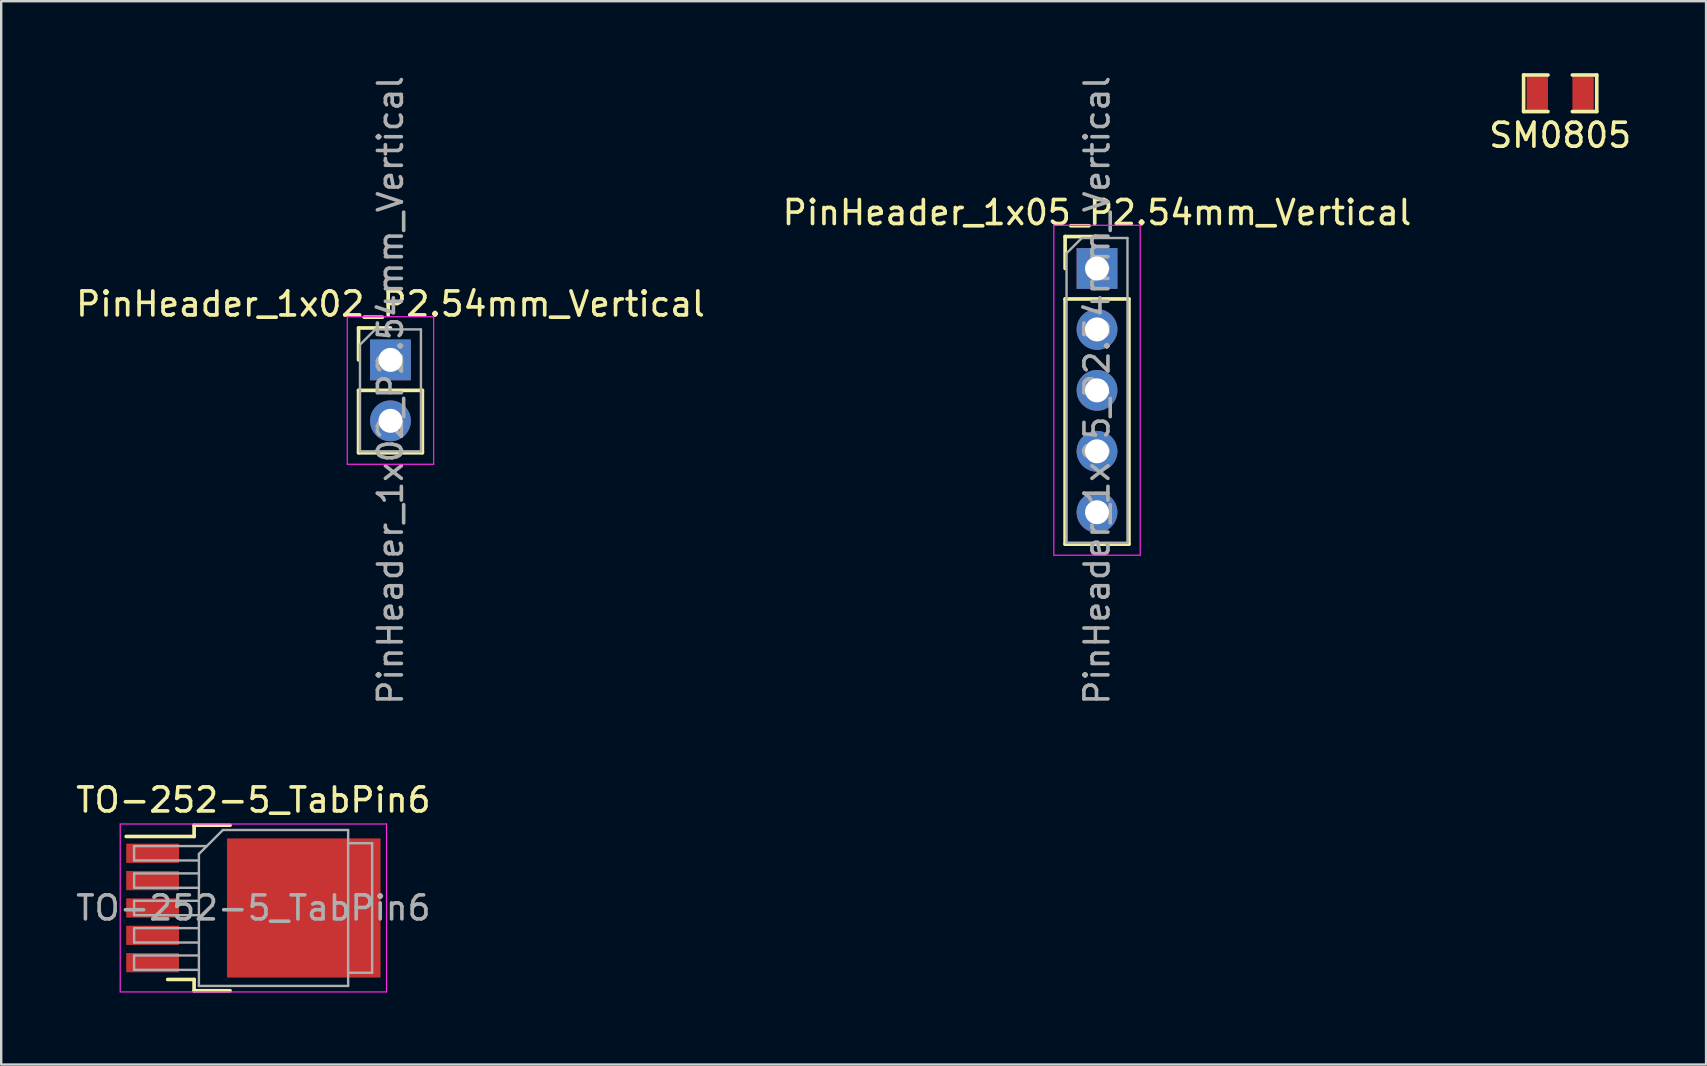
<source format=kicad_pcb>
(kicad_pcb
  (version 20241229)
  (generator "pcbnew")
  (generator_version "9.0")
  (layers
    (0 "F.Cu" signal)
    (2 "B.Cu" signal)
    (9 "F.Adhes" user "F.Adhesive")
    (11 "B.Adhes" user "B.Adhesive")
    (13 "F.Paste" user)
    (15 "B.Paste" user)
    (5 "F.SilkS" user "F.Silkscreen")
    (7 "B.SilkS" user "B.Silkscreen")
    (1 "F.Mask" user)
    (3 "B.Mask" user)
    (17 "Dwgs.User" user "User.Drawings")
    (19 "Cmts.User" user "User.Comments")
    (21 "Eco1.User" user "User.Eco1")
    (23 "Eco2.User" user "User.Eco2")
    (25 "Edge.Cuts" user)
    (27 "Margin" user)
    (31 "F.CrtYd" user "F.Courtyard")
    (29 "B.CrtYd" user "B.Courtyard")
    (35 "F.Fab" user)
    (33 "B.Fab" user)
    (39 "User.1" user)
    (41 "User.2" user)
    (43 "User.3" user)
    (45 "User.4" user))
  (footprint "SM0805"
    (layer "F.Cu")
    (at 61.976 0.838)
    (property "Reference" "SM0805" (at 0 1.75 180) (layer "F.SilkS") (effects (font (size 1 1) (thickness 0.152))))
    (attr smd)
    (fp_line (start -1.524 -0.762) (end -0.508 -0.762) (stroke (width 0.152) (type solid)) (layer "F.SilkS"))
    (fp_line (start -1.524 0.762) (end -1.524 -0.762) (stroke (width 0.152) (type solid)) (layer "F.SilkS"))
    (fp_line (start -0.508 0.762) (end -1.524 0.762) (stroke (width 0.152) (type solid)) (layer "F.SilkS"))
    (fp_line (start 0.508 -0.762) (end 1.524 -0.762) (stroke (width 0.152) (type solid)) (layer "F.SilkS"))
    (fp_line (start 1.524 -0.762) (end 1.524 0.762) (stroke (width 0.152) (type solid)) (layer "F.SilkS"))
    (fp_line (start 1.524 0.762) (end 0.508 0.762) (stroke (width 0.152) (type solid)) (layer "F.SilkS"))
    (pad "1" smd rect (at -0.953 0) (size 0.889 1.397) (layers "F.Cu" "F.Mask" "F.Paste"))
    (pad "2" smd rect (at 0.953 0) (size 0.889 1.397) (layers "F.Cu" "F.Mask" "F.Paste")))
  (footprint "TO-252-5_TabPin6"
    (layer "F.Cu")
    (at 7.51 34.793)
    (property "Reference" "TO-252-5_TabPin6" (at 0 -4.5 0) (layer "F.SilkS") (effects (font (size 1 1) (thickness 0.152))))
    (attr smd)
    (fp_line (start -2.47 -3.45) (end -2.47 -2.98) (stroke (width 0.152) (type solid)) (layer "F.SilkS"))
    (fp_line (start -2.47 -2.98) (end -5.3 -2.98) (stroke (width 0.152) (type solid)) (layer "F.SilkS"))
    (fp_line (start -2.47 2.98) (end -3.57 2.98) (stroke (width 0.152) (type solid)) (layer "F.SilkS"))
    (fp_line (start -2.47 3.45) (end -2.47 2.98) (stroke (width 0.152) (type solid)) (layer "F.SilkS"))
    (fp_line (start -0.97 -3.45) (end -2.47 -3.45) (stroke (width 0.152) (type solid)) (layer "F.SilkS"))
    (fp_line (start -0.97 3.45) (end -2.47 3.45) (stroke (width 0.152) (type solid)) (layer "F.SilkS"))
    (fp_line (start -5.55 -3.5) (end -5.55 3.5) (stroke (width 0.05) (type solid)) (layer "F.CrtYd"))
    (fp_line (start -5.55 3.5) (end 5.55 3.5) (stroke (width 0.05) (type solid)) (layer "F.CrtYd"))
    (fp_line (start 5.55 -3.5) (end -5.55 -3.5) (stroke (width 0.05) (type solid)) (layer "F.CrtYd"))
    (fp_line (start 5.55 3.5) (end 5.55 -3.5) (stroke (width 0.05) (type solid)) (layer "F.CrtYd"))
    (fp_line (start -4.97 -2.58) (end -4.97 -1.98) (stroke (width 0.1) (type solid)) (layer "F.Fab"))
    (fp_line (start -4.97 -1.98) (end -2.27 -1.98) (stroke (width 0.1) (type solid)) (layer "F.Fab"))
    (fp_line (start -4.97 -1.44) (end -4.97 -0.84) (stroke (width 0.1) (type solid)) (layer "F.Fab"))
    (fp_line (start -4.97 -0.84) (end -2.27 -0.84) (stroke (width 0.1) (type solid)) (layer "F.Fab"))
    (fp_line (start -4.97 -0.3) (end -4.97 0.3) (stroke (width 0.1) (type solid)) (layer "F.Fab"))
    (fp_line (start -4.97 0.3) (end -2.27 0.3) (stroke (width 0.1) (type solid)) (layer "F.Fab"))
    (fp_line (start -4.97 0.84) (end -4.97 1.44) (stroke (width 0.1) (type solid)) (layer "F.Fab"))
    (fp_line (start -4.97 1.44) (end -2.27 1.44) (stroke (width 0.1) (type solid)) (layer "F.Fab"))
    (fp_line (start -4.97 1.98) (end -4.97 2.58) (stroke (width 0.1) (type solid)) (layer "F.Fab"))
    (fp_line (start -4.97 2.58) (end -2.27 2.58) (stroke (width 0.1) (type solid)) (layer "F.Fab"))
    (fp_line (start -2.27 -2.25) (end -1.27 -3.25) (stroke (width 0.1) (type solid)) (layer "F.Fab"))
    (fp_line (start -2.27 -1.44) (end -4.97 -1.44) (stroke (width 0.1) (type solid)) (layer "F.Fab"))
    (fp_line (start -2.27 -0.3) (end -4.97 -0.3) (stroke (width 0.1) (type solid)) (layer "F.Fab"))
    (fp_line (start -2.27 0.84) (end -4.97 0.84) (stroke (width 0.1) (type solid)) (layer "F.Fab"))
    (fp_line (start -2.27 1.98) (end -4.97 1.98) (stroke (width 0.1) (type solid)) (layer "F.Fab"))
    (fp_line (start -2.27 3.25) (end -2.27 -2.25) (stroke (width 0.1) (type solid)) (layer "F.Fab"))
    (fp_line (start -1.94 -2.58) (end -4.97 -2.58) (stroke (width 0.1) (type solid)) (layer "F.Fab"))
    (fp_line (start -1.27 -3.25) (end 3.95 -3.25) (stroke (width 0.1) (type solid)) (layer "F.Fab"))
    (fp_line (start 3.95 -3.25) (end 3.95 3.25) (stroke (width 0.1) (type solid)) (layer "F.Fab"))
    (fp_line (start 3.95 -2.7) (end 4.95 -2.7) (stroke (width 0.1) (type solid)) (layer "F.Fab"))
    (fp_line (start 3.95 3.25) (end -2.27 3.25) (stroke (width 0.1) (type solid)) (layer "F.Fab"))
    (fp_line (start 4.95 -2.7) (end 4.95 2.7) (stroke (width 0.1) (type solid)) (layer "F.Fab"))
    (fp_line (start 4.95 2.7) (end 3.95 2.7) (stroke (width 0.1) (type solid)) (layer "F.Fab"))
    (fp_text user "${REFERENCE}" (at 0 0 0) (layer "F.Fab") (effects (font (size 1 1) (thickness 0.15))))
    (pad "" smd rect (at 0.425 -1.525) (size 3.05 2.75) (layers "F.Paste"))
    (pad "" smd rect (at 0.425 1.525) (size 3.05 2.75) (layers "F.Paste"))
    (pad "" smd rect (at 3.775 -1.525) (size 3.05 2.75) (layers "F.Paste"))
    (pad "" smd rect (at 3.775 1.525) (size 3.05 2.75) (layers "F.Paste"))
    (pad "1" smd rect (at -4.2 -2.28) (size 2.2 0.8) (layers "F.Cu" "F.Mask" "F.Paste"))
    (pad "2" smd rect (at -4.2 -1.14) (size 2.2 0.8) (layers "F.Cu" "F.Mask" "F.Paste"))
    (pad "3" smd rect (at -4.2 0) (size 2.2 0.8) (layers "F.Cu" "F.Mask" "F.Paste"))
    (pad "4" smd rect (at -4.2 1.14) (size 2.2 0.8) (layers "F.Cu" "F.Mask" "F.Paste"))
    (pad "5" smd rect (at -4.2 2.28) (size 2.2 0.8) (layers "F.Cu" "F.Mask" "F.Paste"))
    (pad "6" smd rect (at 2.1 0) (size 6.4 5.8) (layers "F.Cu" "F.Mask")))
  (footprint "PinHeader_1x05_P2.54mm_Vertical"
    (layer "F.Cu")
    (at 42.672 8.14)
    (property "Reference" "PinHeader_1x05_P2.54mm_Vertical" (at 0 -2.33 0) (layer "F.SilkS") (effects (font (size 1 1) (thickness 0.152))))
    (attr through_hole)
    (fp_line (start -1.33 -1.33) (end 0 -1.33) (stroke (width 0.152) (type solid)) (layer "F.SilkS"))
    (fp_line (start -1.33 0) (end -1.33 -1.33) (stroke (width 0.152) (type solid)) (layer "F.SilkS"))
    (fp_line (start -1.33 1.27) (end -1.33 11.49) (stroke (width 0.152) (type solid)) (layer "F.SilkS"))
    (fp_line (start -1.33 1.27) (end 1.33 1.27) (stroke (width 0.152) (type solid)) (layer "F.SilkS"))
    (fp_line (start -1.33 11.49) (end 1.33 11.49) (stroke (width 0.152) (type solid)) (layer "F.SilkS"))
    (fp_line (start 1.33 1.27) (end 1.33 11.49) (stroke (width 0.152) (type solid)) (layer "F.SilkS"))
    (fp_line (start -1.8 -1.8) (end -1.8 11.95) (stroke (width 0.05) (type solid)) (layer "F.CrtYd"))
    (fp_line (start -1.8 11.95) (end 1.8 11.95) (stroke (width 0.05) (type solid)) (layer "F.CrtYd"))
    (fp_line (start 1.8 -1.8) (end -1.8 -1.8) (stroke (width 0.05) (type solid)) (layer "F.CrtYd"))
    (fp_line (start 1.8 11.95) (end 1.8 -1.8) (stroke (width 0.05) (type solid)) (layer "F.CrtYd"))
    (fp_line (start -1.27 -0.635) (end -0.635 -1.27) (stroke (width 0.1) (type solid)) (layer "F.Fab"))
    (fp_line (start -1.27 11.43) (end -1.27 -0.635) (stroke (width 0.1) (type solid)) (layer "F.Fab"))
    (fp_line (start -0.635 -1.27) (end 1.27 -1.27) (stroke (width 0.1) (type solid)) (layer "F.Fab"))
    (fp_line (start 1.27 -1.27) (end 1.27 11.43) (stroke (width 0.1) (type solid)) (layer "F.Fab"))
    (fp_line (start 1.27 11.43) (end -1.27 11.43) (stroke (width 0.1) (type solid)) (layer "F.Fab"))
    (fp_text user "${REFERENCE}" (at 0 5.08 90) (layer "F.Fab") (effects (font (size 1 1) (thickness 0.15))))
    (pad "1" thru_hole rect (at 0 0) (size 1.7 1.7) (drill 1) (layers "*.Cu" "*.Mask"))
    (pad "2" thru_hole oval (at 0 2.54) (size 1.7 1.7) (drill 1) (layers "*.Cu" "*.Mask"))
    (pad "3" thru_hole oval (at 0 5.08) (size 1.7 1.7) (drill 1) (layers "*.Cu" "*.Mask"))
    (pad "4" thru_hole oval (at 0 7.62) (size 1.7 1.7) (drill 1) (layers "*.Cu" "*.Mask"))
    (pad "5" thru_hole oval (at 0 10.16) (size 1.7 1.7) (drill 1) (layers "*.Cu" "*.Mask")))
  (footprint "PinHeader_1x02_P2.54mm_Vertical"
    (layer "F.Cu")
    (at 13.224 11.95)
    (property "Reference" "PinHeader_1x02_P2.54mm_Vertical" (at 0 -2.33 0) (layer "F.SilkS") (effects (font (size 1 1) (thickness 0.152))))
    (attr through_hole)
    (fp_line (start -1.33 -1.33) (end 0 -1.33) (stroke (width 0.152) (type solid)) (layer "F.SilkS"))
    (fp_line (start -1.33 0) (end -1.33 -1.33) (stroke (width 0.152) (type solid)) (layer "F.SilkS"))
    (fp_line (start -1.33 1.27) (end -1.33 3.87) (stroke (width 0.152) (type solid)) (layer "F.SilkS"))
    (fp_line (start -1.33 1.27) (end 1.33 1.27) (stroke (width 0.152) (type solid)) (layer "F.SilkS"))
    (fp_line (start -1.33 3.87) (end 1.33 3.87) (stroke (width 0.152) (type solid)) (layer "F.SilkS"))
    (fp_line (start 1.33 1.27) (end 1.33 3.87) (stroke (width 0.152) (type solid)) (layer "F.SilkS"))
    (fp_line (start -1.8 -1.8) (end -1.8 4.35) (stroke (width 0.05) (type solid)) (layer "F.CrtYd"))
    (fp_line (start -1.8 4.35) (end 1.8 4.35) (stroke (width 0.05) (type solid)) (layer "F.CrtYd"))
    (fp_line (start 1.8 -1.8) (end -1.8 -1.8) (stroke (width 0.05) (type solid)) (layer "F.CrtYd"))
    (fp_line (start 1.8 4.35) (end 1.8 -1.8) (stroke (width 0.05) (type solid)) (layer "F.CrtYd"))
    (fp_line (start -1.27 -0.635) (end -0.635 -1.27) (stroke (width 0.1) (type solid)) (layer "F.Fab"))
    (fp_line (start -1.27 3.81) (end -1.27 -0.635) (stroke (width 0.1) (type solid)) (layer "F.Fab"))
    (fp_line (start -0.635 -1.27) (end 1.27 -1.27) (stroke (width 0.1) (type solid)) (layer "F.Fab"))
    (fp_line (start 1.27 -1.27) (end 1.27 3.81) (stroke (width 0.1) (type solid)) (layer "F.Fab"))
    (fp_line (start 1.27 3.81) (end -1.27 3.81) (stroke (width 0.1) (type solid)) (layer "F.Fab"))
    (fp_text user "${REFERENCE}" (at 0 1.27 90) (layer "F.Fab") (effects (font (size 1 1) (thickness 0.15))))
    (pad "1" thru_hole rect (at 0 0) (size 1.7 1.7) (drill 1) (layers "*.Cu" "*.Mask"))
    (pad "2" thru_hole oval (at 0 2.54) (size 1.7 1.7) (drill 1) (layers "*.Cu" "*.Mask")))
  (gr_rect
    (start -3 -3)
    (end 68.057 41.319)
    (stroke (width 0.1) (type default))
    (fill no)
    (layer "Edge.Cuts")))
</source>
